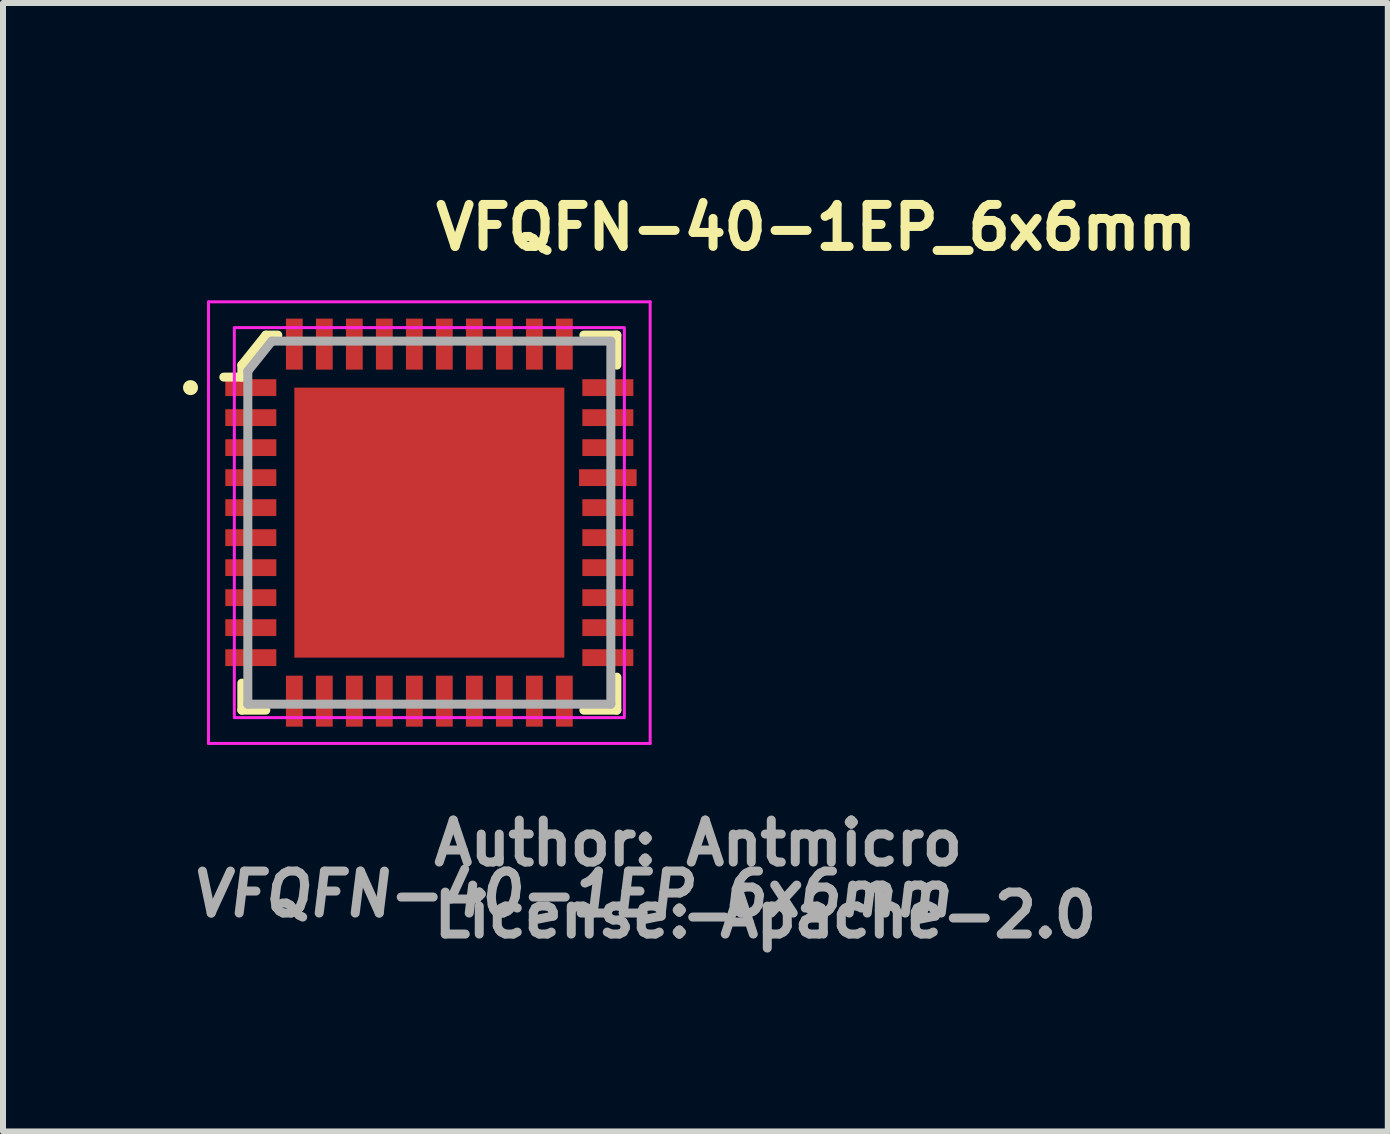
<source format=kicad_pcb>
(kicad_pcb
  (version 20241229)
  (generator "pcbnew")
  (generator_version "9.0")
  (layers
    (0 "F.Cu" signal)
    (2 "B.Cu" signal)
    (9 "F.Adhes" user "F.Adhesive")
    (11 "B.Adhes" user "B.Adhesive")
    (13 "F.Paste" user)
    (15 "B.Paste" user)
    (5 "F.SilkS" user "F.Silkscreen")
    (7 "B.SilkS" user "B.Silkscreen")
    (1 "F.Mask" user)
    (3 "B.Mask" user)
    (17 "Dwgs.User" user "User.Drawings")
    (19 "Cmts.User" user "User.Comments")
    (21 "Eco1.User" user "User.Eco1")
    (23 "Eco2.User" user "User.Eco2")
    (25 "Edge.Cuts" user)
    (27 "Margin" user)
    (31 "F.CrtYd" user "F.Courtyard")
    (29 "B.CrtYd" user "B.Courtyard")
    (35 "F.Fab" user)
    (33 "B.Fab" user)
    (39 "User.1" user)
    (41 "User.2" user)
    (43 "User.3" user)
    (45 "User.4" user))
  (footprint "VFQFN-40-1EP_6x6mm"
    (layer "F.Cu")
    (at 4.105 5.66)
    (property "Reference" "VFQFN-40-1EP_6x6mm" (at 0.03 -4.51 0) (layer "F.SilkS") (effects (font (size 0.7 0.7) (thickness 0.15)) (justify left bottom)))
    (attr smd)
    (fp_line (start -3.125 -2.625) (end -3.125 -2.425) (stroke (width 0.15) (type solid)) (layer "F.SilkS"))
    (fp_line (start -3.125 -2.425) (end -3.425 -2.425) (stroke (width 0.15) (type solid)) (layer "F.SilkS"))
    (fp_line (start -3.125 3.125) (end -3.125 2.675) (stroke (width 0.15) (type solid)) (layer "F.SilkS"))
    (fp_line (start -2.725 -3.125) (end -3.125 -2.625) (stroke (width 0.15) (type solid)) (layer "F.SilkS"))
    (fp_line (start -2.725 3.125) (end -3.125 3.125) (stroke (width 0.15) (type solid)) (layer "F.SilkS"))
    (fp_line (start -2.525 -3.125) (end -2.725 -3.125) (stroke (width 0.15) (type solid)) (layer "F.SilkS"))
    (fp_line (start 3.125 -3.125) (end 2.575 -3.125) (stroke (width 0.15) (type solid)) (layer "F.SilkS"))
    (fp_line (start 3.125 -2.625) (end 3.125 -3.125) (stroke (width 0.15) (type solid)) (layer "F.SilkS"))
    (fp_line (start 3.125 2.575) (end 3.125 3.125) (stroke (width 0.15) (type solid)) (layer "F.SilkS"))
    (fp_line (start 3.125 3.125) (end 2.575 3.125) (stroke (width 0.15) (type solid)) (layer "F.SilkS"))
    (fp_circle (center -3.98 -2.25) (end -3.93 -2.25) (stroke (width 0.15) (type solid)) (fill yes) (layer "F.SilkS"))
    (fp_line (start -3.68 -3.68) (end -3.68 3.68) (stroke (width 0.05) (type solid)) (layer "F.CrtYd"))
    (fp_line (start -3.68 3.68) (end 3.68 3.68) (stroke (width 0.05) (type solid)) (layer "F.CrtYd"))
    (fp_line (start 3.68 -3.68) (end -3.68 -3.68) (stroke (width 0.05) (type solid)) (layer "F.CrtYd"))
    (fp_line (start 3.68 -3.68) (end 3.68 3.68) (stroke (width 0.05) (type solid)) (layer "F.CrtYd"))
    (fp_rect (start -3.25 -3.25) (end 3.25 3.25) (stroke (width 0.05) (type solid)) (fill no) (layer "F.CrtYd"))
    (fp_line (start -3.025 -2.525) (end -3.025 3.025) (stroke (width 0.15) (type solid)) (layer "F.Fab"))
    (fp_line (start -3.025 3.025) (end 3.025 3.025) (stroke (width 0.15) (type solid)) (layer "F.Fab"))
    (fp_line (start -2.625 -3.025) (end -3.025 -2.525) (stroke (width 0.15) (type solid)) (layer "F.Fab"))
    (fp_line (start -2.625 -3.025) (end 3.025 -3.025) (stroke (width 0.15) (type solid)) (layer "F.Fab"))
    (fp_line (start 3.025 -3.025) (end 3.025 3.025) (stroke (width 0.15) (type solid)) (layer "F.Fab"))
    (fp_rect (start -3 -3) (end 3 3) (stroke (width 0.1) (type solid)) (fill no) (layer "User.5"))
    (fp_line (start -3 -3) (end -3 3) (stroke (width 0.02) (type solid)) (layer "User.9"))
    (fp_line (start -3 3) (end 3 3) (stroke (width 0.02) (type solid)) (layer "User.9"))
    (fp_line (start 3 -3) (end -3 -3) (stroke (width 0.02) (type solid)) (layer "User.9"))
    (fp_line (start 3 3) (end 3 -3) (stroke (width 0.02) (type solid)) (layer "User.9"))
    (fp_text user "License: Apache-2.0" (at 0 6.95 0) (layer "F.Fab") (effects (font (size 0.7 0.7) (thickness 0.15)) (justify left bottom)))
    (fp_text user "${REFERENCE}" (at -4.03 6.6 0) (layer "F.Fab") (effects (font (size 0.7 0.7) (thickness 0.15) (italic yes)) (justify left bottom)))
    (fp_text user "Author: Antmicro" (at 0 5.75 0) (layer "F.Fab") (effects (font (size 0.7 0.7) (thickness 0.15)) (justify left bottom)))
    (pad "1" smd rect (at -2.975 -2.25) (size 0.85 0.28) (layers "F.Cu" "F.Mask" "F.Paste"))
    (pad "2" smd rect (at -2.975 -1.75) (size 0.85 0.28) (layers "F.Cu" "F.Mask" "F.Paste"))
    (pad "3" smd rect (at -2.975 -1.25) (size 0.85 0.28) (layers "F.Cu" "F.Mask" "F.Paste"))
    (pad "4" smd rect (at -2.975 -0.75) (size 0.85 0.28) (layers "F.Cu" "F.Mask" "F.Paste"))
    (pad "5" smd rect (at -2.975 -0.25) (size 0.85 0.28) (layers "F.Cu" "F.Mask" "F.Paste"))
    (pad "6" smd rect (at -2.975 0.25) (size 0.85 0.28) (layers "F.Cu" "F.Mask" "F.Paste"))
    (pad "7" smd rect (at -2.975 0.75) (size 0.85 0.28) (layers "F.Cu" "F.Mask" "F.Paste"))
    (pad "8" smd rect (at -2.975 1.25) (size 0.85 0.28) (layers "F.Cu" "F.Mask" "F.Paste"))
    (pad "9" smd rect (at -2.975 1.75) (size 0.85 0.28) (layers "F.Cu" "F.Mask" "F.Paste"))
    (pad "10" smd rect (at -2.975 2.25) (size 0.85 0.28) (layers "F.Cu" "F.Mask" "F.Paste"))
    (pad "11" smd rect (at -2.25 2.975) (size 0.28 0.85) (layers "F.Cu" "F.Mask" "F.Paste"))
    (pad "12" smd rect (at -1.75 2.975) (size 0.28 0.85) (layers "F.Cu" "F.Mask" "F.Paste"))
    (pad "13" smd rect (at -1.25 2.975) (size 0.28 0.85) (layers "F.Cu" "F.Mask" "F.Paste"))
    (pad "14" smd rect (at -0.75 2.975) (size 0.28 0.85) (layers "F.Cu" "F.Mask" "F.Paste"))
    (pad "15" smd rect (at -0.25 2.975) (size 0.28 0.85) (layers "F.Cu" "F.Mask" "F.Paste"))
    (pad "16" smd rect (at 0.25 2.975) (size 0.28 0.85) (layers "F.Cu" "F.Mask" "F.Paste"))
    (pad "17" smd rect (at 0.75 2.975) (size 0.28 0.85) (layers "F.Cu" "F.Mask" "F.Paste"))
    (pad "18" smd rect (at 1.25 2.975) (size 0.28 0.85) (layers "F.Cu" "F.Mask" "F.Paste"))
    (pad "19" smd rect (at 1.75 2.975) (size 0.28 0.85) (layers "F.Cu" "F.Mask" "F.Paste"))
    (pad "20" smd rect (at 2.25 2.975) (size 0.28 0.85) (layers "F.Cu" "F.Mask" "F.Paste"))
    (pad "21" smd rect (at 2.975 2.25) (size 0.85 0.28) (layers "F.Cu" "F.Mask" "F.Paste"))
    (pad "22" smd rect (at 2.975 1.75) (size 0.85 0.28) (layers "F.Cu" "F.Mask" "F.Paste"))
    (pad "23" smd rect (at 2.975 1.25) (size 0.85 0.28) (layers "F.Cu" "F.Mask" "F.Paste"))
    (pad "24" smd rect (at 2.975 0.75) (size 0.85 0.28) (layers "F.Cu" "F.Mask" "F.Paste"))
    (pad "25" smd rect (at 2.975 0.25) (size 0.85 0.28) (layers "F.Cu" "F.Mask" "F.Paste"))
    (pad "26" smd rect (at 2.975 -0.25) (size 0.85 0.28) (layers "F.Cu" "F.Mask" "F.Paste"))
    (pad "27" smd rect (at 2.975 -0.75) (size 0.96 0.28) (layers "F.Cu" "F.Mask" "F.Paste"))
    (pad "28" smd rect (at 2.975 -1.25) (size 0.85 0.28) (layers "F.Cu" "F.Mask" "F.Paste"))
    (pad "29" smd rect (at 2.975 -1.75) (size 0.85 0.28) (layers "F.Cu" "F.Mask" "F.Paste"))
    (pad "30" smd rect (at 2.975 -2.25) (size 0.85 0.28) (layers "F.Cu" "F.Mask" "F.Paste"))
    (pad "31" smd rect (at 2.25 -2.975) (size 0.28 0.85) (layers "F.Cu" "F.Mask" "F.Paste"))
    (pad "32" smd rect (at 1.75 -2.975) (size 0.28 0.85) (layers "F.Cu" "F.Mask" "F.Paste"))
    (pad "33" smd rect (at 1.25 -2.975) (size 0.28 0.85) (layers "F.Cu" "F.Mask" "F.Paste"))
    (pad "34" smd rect (at 0.75 -2.975) (size 0.28 0.85) (layers "F.Cu" "F.Mask" "F.Paste"))
    (pad "35" smd rect (at 0.25 -2.975) (size 0.28 0.85) (layers "F.Cu" "F.Mask" "F.Paste"))
    (pad "36" smd rect (at -0.25 -2.975) (size 0.28 0.85) (layers "F.Cu" "F.Mask" "F.Paste"))
    (pad "37" smd rect (at -0.75 -2.975) (size 0.28 0.85) (layers "F.Cu" "F.Mask" "F.Paste"))
    (pad "38" smd rect (at -1.25 -2.975) (size 0.28 0.85) (layers "F.Cu" "F.Mask" "F.Paste"))
    (pad "39" smd rect (at -1.75 -2.975) (size 0.28 0.85) (layers "F.Cu" "F.Mask" "F.Paste"))
    (pad "40" smd rect (at -2.25 -2.975) (size 0.28 0.85) (layers "F.Cu" "F.Mask" "F.Paste"))
    (pad "41" smd rect (at 0 0) (size 4.5 4.5) (layers "F.Cu" "F.Mask" "F.Paste")))
  (gr_rect
    (start -3 -3)
    (end 20.078 15.806)
    (stroke (width 0.1) (type default))
    (fill no)
    (layer "Edge.Cuts")))
</source>
